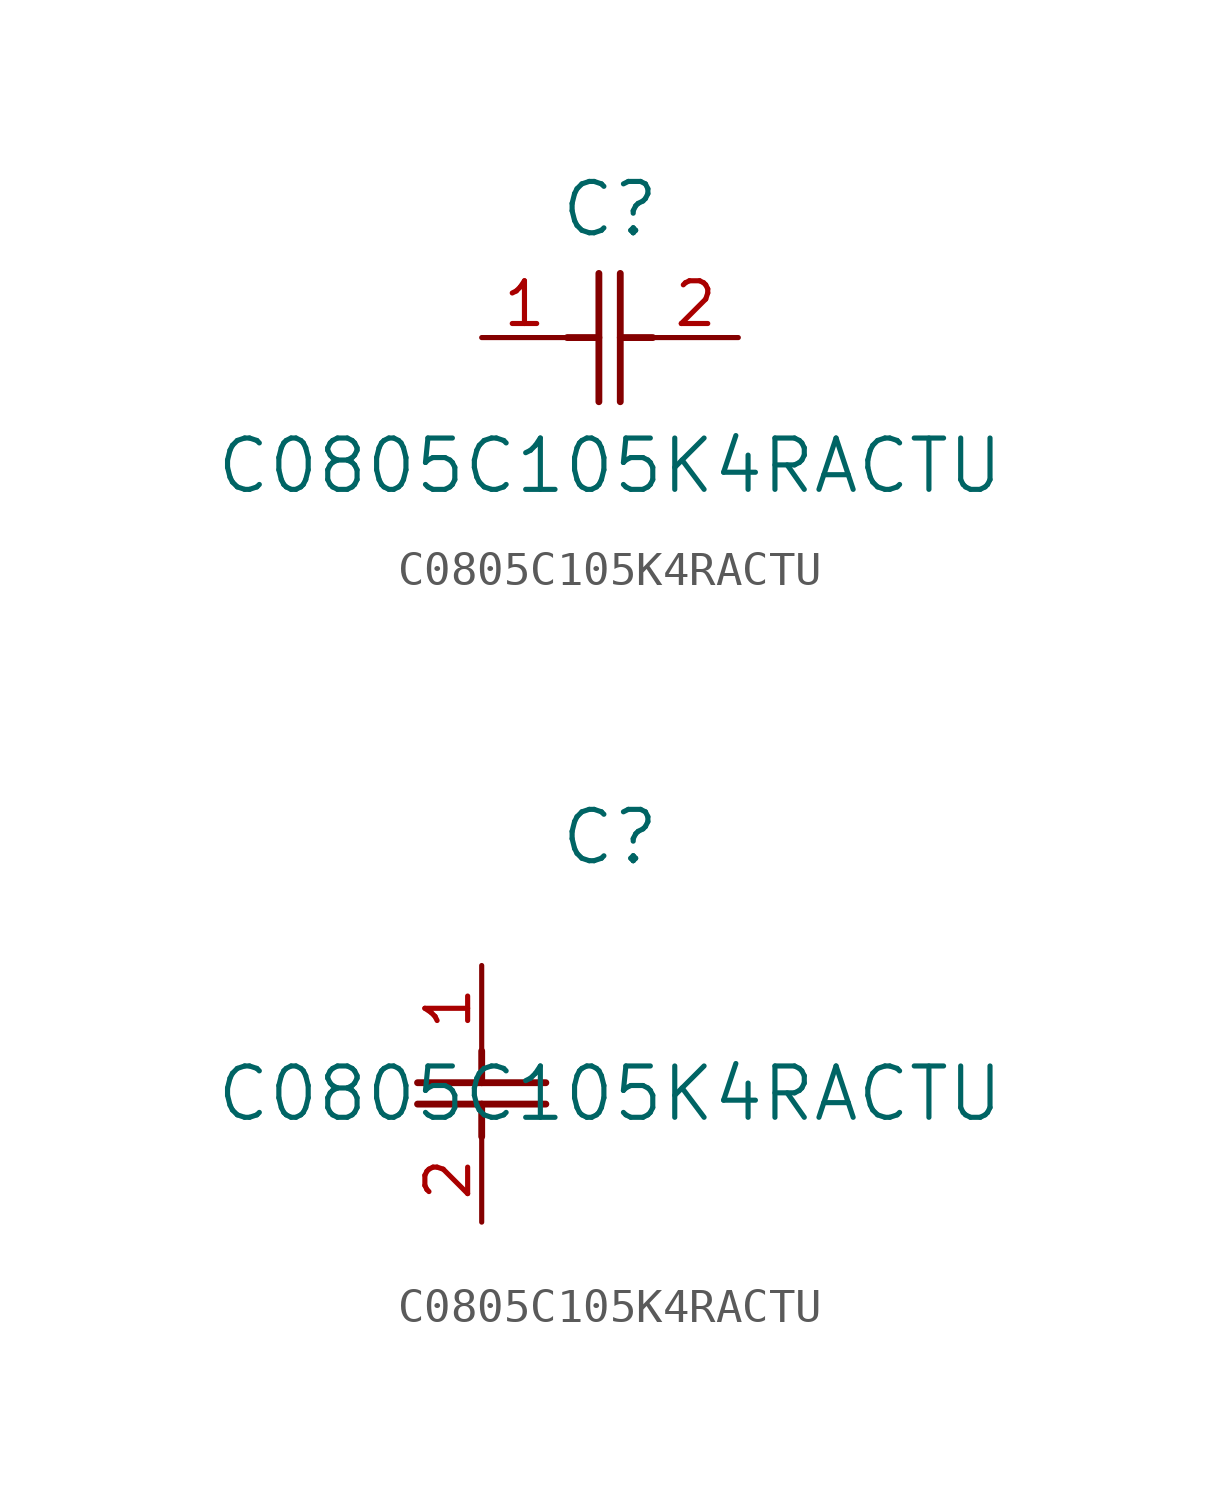
<source format=kicad_sym>
(kicad_symbol_lib
  (version 20211014)
  (generator kicad_symbol_editor)
  (symbol "C0805C105K4RACTU"
    (pin_names
      (offset 0.254))
    (property "Reference" "C"
      (at 3.81 3.81 0)
      (effects (font (size 1.524 1.524))))
    (property "Value" "C0805C105K4RACTU"
      (at 3.81 -3.81 0)
      (effects (font (size 1.524 1.524))))
    (symbol "C0805C105K4RACTU_1_1"
      (polyline (pts (xy 3.48 -1.905) (xy 3.48 1.905)) (stroke (width 0.203) (type default) (color 0 0 0 0)) (fill (type none)))
      (polyline (pts (xy 4.115 -1.905) (xy 4.115 1.905)) (stroke (width 0.203) (type default) (color 0 0 0 0)) (fill (type none)))
      (polyline (pts (xy 4.115 0) (xy 5.08 0)) (stroke (width 0.203) (type default) (color 0 0 0 0)) (fill (type none)))
      (polyline (pts (xy 2.54 0) (xy 3.48 0)) (stroke (width 0.203) (type default) (color 0 0 0 0)) (fill (type none)))
      (pin unspecified line (at 0 0 0) (length 2.54) (name "" (effects (font (size 1.27 1.27)))) (number "1" (effects (font (size 1.27 1.27)))))
      (pin unspecified line (at 7.62 0 180) (length 2.54) (name "" (effects (font (size 1.27 1.27)))) (number "2" (effects (font (size 1.27 1.27))))))
    (symbol "C0805C105K4RACTU_1_2"
      (polyline (pts (xy -1.905 -3.48) (xy 1.905 -3.48)) (stroke (width 0.203) (type default) (color 0 0 0 0)) (fill (type none)))
      (polyline (pts (xy -1.905 -4.115) (xy 1.905 -4.115)) (stroke (width 0.203) (type default) (color 0 0 0 0)) (fill (type none)))
      (polyline (pts (xy 0 -4.115) (xy 0 -5.08)) (stroke (width 0.203) (type default) (color 0 0 0 0)) (fill (type none)))
      (polyline (pts (xy 0 -2.54) (xy 0 -3.48)) (stroke (width 0.203) (type default) (color 0 0 0 0)) (fill (type none)))
      (pin unspecified line (at 0 0 270) (length 2.54) (name "" (effects (font (size 1.27 1.27)))) (number "1" (effects (font (size 1.27 1.27)))))
      (pin unspecified line (at 0 -7.62 90) (length 2.54) (name "" (effects (font (size 1.27 1.27)))) (number "2" (effects (font (size 1.27 1.27))))))))
</source>
